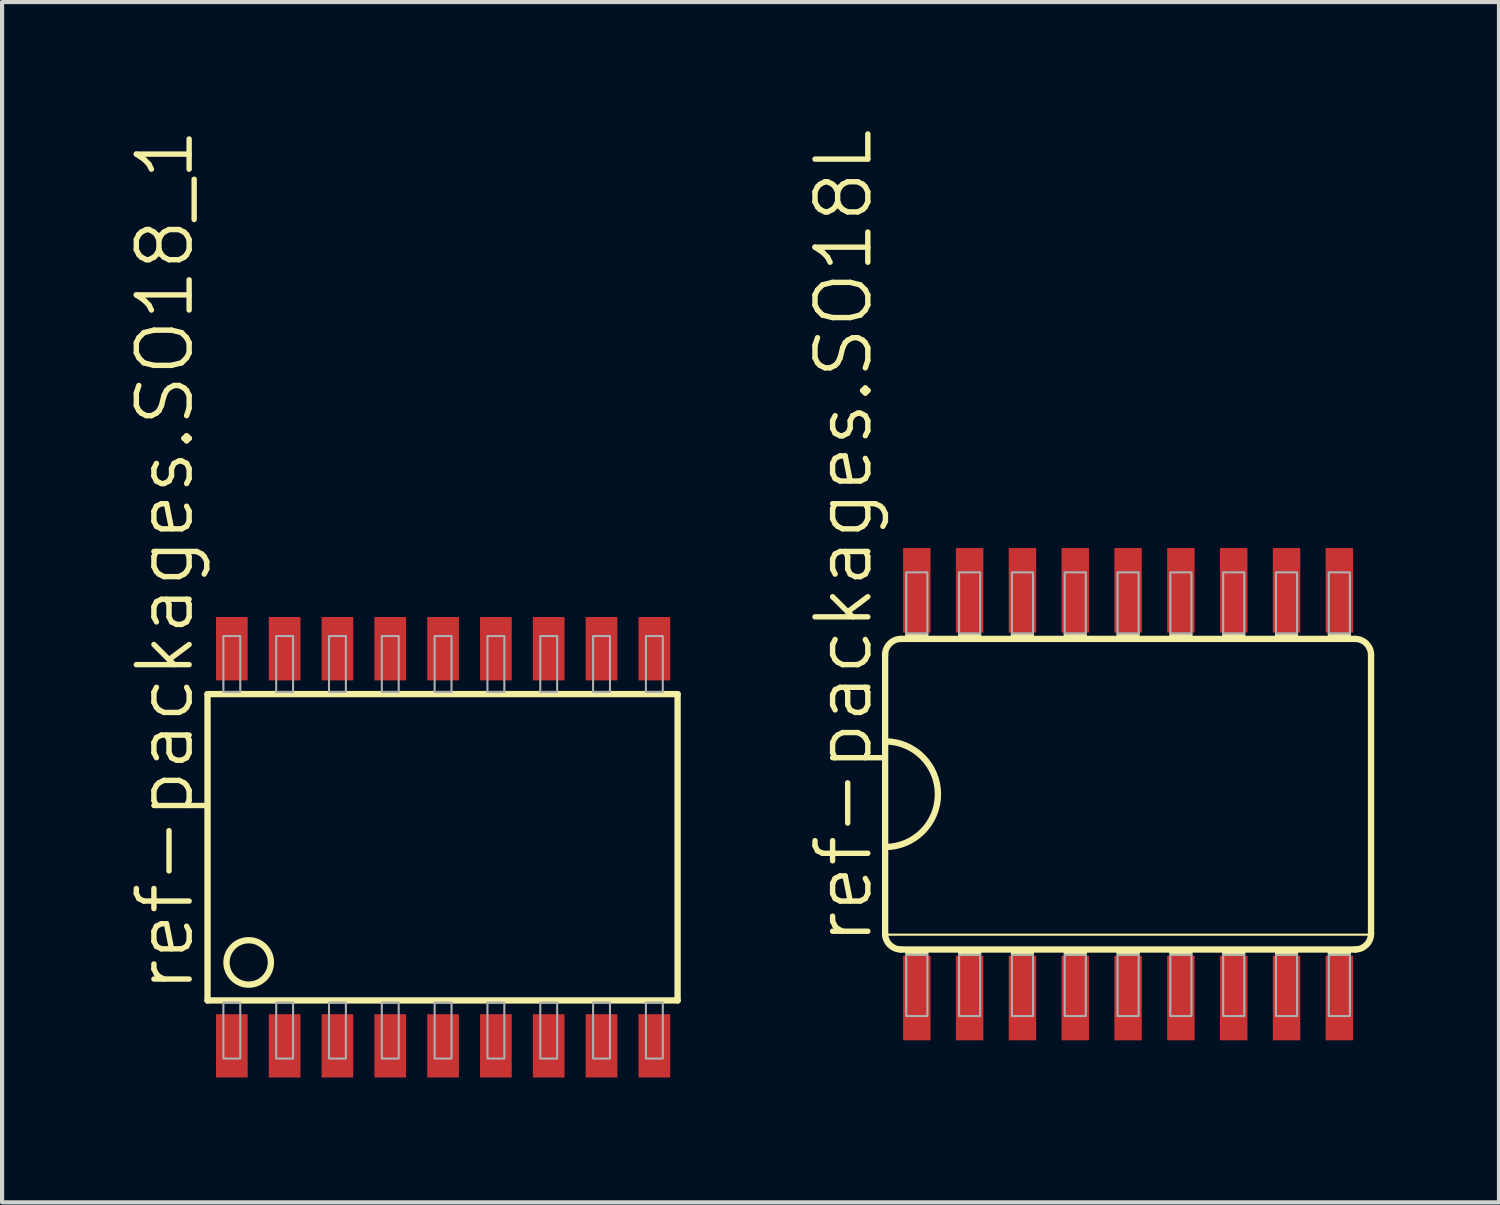
<source format=kicad_pcb>
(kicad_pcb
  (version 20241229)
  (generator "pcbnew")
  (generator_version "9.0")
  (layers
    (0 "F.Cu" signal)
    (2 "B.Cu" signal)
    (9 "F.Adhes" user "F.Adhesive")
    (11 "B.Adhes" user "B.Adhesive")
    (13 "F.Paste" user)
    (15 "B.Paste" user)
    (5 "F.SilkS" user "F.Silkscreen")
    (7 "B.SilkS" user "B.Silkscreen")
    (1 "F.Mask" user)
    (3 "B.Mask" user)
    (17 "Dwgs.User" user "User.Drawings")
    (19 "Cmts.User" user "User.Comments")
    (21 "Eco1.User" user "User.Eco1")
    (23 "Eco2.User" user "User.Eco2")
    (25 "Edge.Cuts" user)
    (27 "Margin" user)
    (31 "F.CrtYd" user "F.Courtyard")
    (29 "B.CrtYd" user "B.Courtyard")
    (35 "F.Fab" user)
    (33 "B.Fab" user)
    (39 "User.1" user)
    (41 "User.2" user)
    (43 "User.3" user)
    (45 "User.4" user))
  (footprint "ref-packages.SO18L"
    (layer "F.Cu")
    (at 24.075 16.047)
    (property "Reference" "ref-packages.SO18L" (at -6.096 3.683 90) (layer "F.SilkS") (effects (font (size 1.27 1.27) (thickness 0.13)) (justify left bottom)))
    (attr smd)
    (fp_line (start -5.842 -3.353) (end -5.842 -1.27) (stroke (width 0.152) (type default)) (layer "F.SilkS"))
    (fp_line (start -5.842 -1.27) (end -5.842 1.27) (stroke (width 0.152) (type default)) (layer "F.SilkS"))
    (fp_line (start -5.842 1.27) (end -5.842 3.353) (stroke (width 0.152) (type default)) (layer "F.SilkS"))
    (fp_line (start -5.842 3.378) (end 5.842 3.378) (stroke (width 0.051) (type default)) (layer "F.SilkS"))
    (fp_line (start -5.461 3.734) (end 5.461 3.734) (stroke (width 0.152) (type default)) (layer "F.SilkS"))
    (fp_line (start 5.461 -3.734) (end -5.461 -3.734) (stroke (width 0.152) (type default)) (layer "F.SilkS"))
    (fp_line (start 5.842 3.353) (end 5.842 -3.353) (stroke (width 0.152) (type default)) (layer "F.SilkS"))
    (fp_rect (start -5.334 -3.734) (end -4.826 -3.861) (stroke (width 0.05) (type default)) (fill yes) (layer "F.SilkS"))
    (fp_rect (start -5.334 3.861) (end -4.826 3.734) (stroke (width 0.05) (type default)) (fill yes) (layer "F.SilkS"))
    (fp_rect (start -4.064 -3.734) (end -3.556 -3.861) (stroke (width 0.05) (type default)) (fill yes) (layer "F.SilkS"))
    (fp_rect (start -4.064 3.861) (end -3.556 3.734) (stroke (width 0.05) (type default)) (fill yes) (layer "F.SilkS"))
    (fp_rect (start -2.794 -3.734) (end -2.286 -3.861) (stroke (width 0.05) (type default)) (fill yes) (layer "F.SilkS"))
    (fp_rect (start -2.794 3.861) (end -2.286 3.734) (stroke (width 0.05) (type default)) (fill yes) (layer "F.SilkS"))
    (fp_rect (start -1.524 -3.734) (end -1.016 -3.861) (stroke (width 0.05) (type default)) (fill yes) (layer "F.SilkS"))
    (fp_rect (start -1.524 3.861) (end -1.016 3.734) (stroke (width 0.05) (type default)) (fill yes) (layer "F.SilkS"))
    (fp_rect (start -0.254 -3.734) (end 0.254 -3.861) (stroke (width 0.05) (type default)) (fill yes) (layer "F.SilkS"))
    (fp_rect (start -0.254 3.861) (end 0.254 3.734) (stroke (width 0.05) (type default)) (fill yes) (layer "F.SilkS"))
    (fp_rect (start 1.016 -3.734) (end 1.524 -3.861) (stroke (width 0.05) (type default)) (fill yes) (layer "F.SilkS"))
    (fp_rect (start 1.016 3.861) (end 1.524 3.734) (stroke (width 0.05) (type default)) (fill yes) (layer "F.SilkS"))
    (fp_rect (start 2.286 -3.734) (end 2.794 -3.861) (stroke (width 0.05) (type default)) (fill yes) (layer "F.SilkS"))
    (fp_rect (start 2.286 3.861) (end 2.794 3.734) (stroke (width 0.05) (type default)) (fill yes) (layer "F.SilkS"))
    (fp_rect (start 3.556 -3.734) (end 4.064 -3.861) (stroke (width 0.05) (type default)) (fill yes) (layer "F.SilkS"))
    (fp_rect (start 3.556 3.861) (end 4.064 3.734) (stroke (width 0.05) (type default)) (fill yes) (layer "F.SilkS"))
    (fp_rect (start 4.826 -3.734) (end 5.334 -3.861) (stroke (width 0.05) (type default)) (fill yes) (layer "F.SilkS"))
    (fp_rect (start 4.826 3.861) (end 5.334 3.734) (stroke (width 0.05) (type default)) (fill yes) (layer "F.SilkS"))
    (fp_arc (start -5.842 -3.3528) (mid -5.730408 -3.622208) (end -5.461 -3.7338) (stroke (width 0.1524) (type default)) (layer "F.SilkS"))
    (fp_arc (start -5.842 -1.27) (mid -4.572 0) (end -5.842 1.27) (stroke (width 0.1524) (type default)) (layer "F.SilkS"))
    (fp_arc (start -5.461 3.7338) (mid -5.730408 3.622208) (end -5.842 3.3528) (stroke (width 0.1524) (type default)) (layer "F.SilkS"))
    (fp_arc (start 5.461 -3.7338) (mid 5.730408 -3.622208) (end 5.842 -3.3528) (stroke (width 0.1524) (type default)) (layer "F.SilkS"))
    (fp_arc (start 5.842 3.3528) (mid 5.730408 3.622208) (end 5.461 3.7338) (stroke (width 0.1524) (type default)) (layer "F.SilkS"))
    (fp_rect (start -5.334 -3.861) (end -4.826 -5.334) (stroke (width 0.05) (type default)) (fill no) (layer "F.Fab"))
    (fp_rect (start -5.334 5.334) (end -4.826 3.861) (stroke (width 0.05) (type default)) (fill no) (layer "F.Fab"))
    (fp_rect (start -4.064 -3.861) (end -3.556 -5.334) (stroke (width 0.05) (type default)) (fill no) (layer "F.Fab"))
    (fp_rect (start -4.064 5.334) (end -3.556 3.861) (stroke (width 0.05) (type default)) (fill no) (layer "F.Fab"))
    (fp_rect (start -2.794 -3.861) (end -2.286 -5.334) (stroke (width 0.05) (type default)) (fill no) (layer "F.Fab"))
    (fp_rect (start -2.794 5.334) (end -2.286 3.861) (stroke (width 0.05) (type default)) (fill no) (layer "F.Fab"))
    (fp_rect (start -1.524 -3.861) (end -1.016 -5.334) (stroke (width 0.05) (type default)) (fill no) (layer "F.Fab"))
    (fp_rect (start -1.524 5.334) (end -1.016 3.861) (stroke (width 0.05) (type default)) (fill no) (layer "F.Fab"))
    (fp_rect (start -0.254 -3.861) (end 0.254 -5.334) (stroke (width 0.05) (type default)) (fill no) (layer "F.Fab"))
    (fp_rect (start -0.254 5.334) (end 0.254 3.861) (stroke (width 0.05) (type default)) (fill no) (layer "F.Fab"))
    (fp_rect (start 1.016 -3.861) (end 1.524 -5.334) (stroke (width 0.05) (type default)) (fill no) (layer "F.Fab"))
    (fp_rect (start 1.016 5.334) (end 1.524 3.861) (stroke (width 0.05) (type default)) (fill no) (layer "F.Fab"))
    (fp_rect (start 2.286 -3.861) (end 2.794 -5.334) (stroke (width 0.05) (type default)) (fill no) (layer "F.Fab"))
    (fp_rect (start 2.286 5.334) (end 2.794 3.861) (stroke (width 0.05) (type default)) (fill no) (layer "F.Fab"))
    (fp_rect (start 3.556 -3.861) (end 4.064 -5.334) (stroke (width 0.05) (type default)) (fill no) (layer "F.Fab"))
    (fp_rect (start 3.556 5.334) (end 4.064 3.861) (stroke (width 0.05) (type default)) (fill no) (layer "F.Fab"))
    (fp_rect (start 4.826 -3.861) (end 5.334 -5.334) (stroke (width 0.05) (type default)) (fill no) (layer "F.Fab"))
    (fp_rect (start 4.826 5.334) (end 5.334 3.861) (stroke (width 0.05) (type default)) (fill no) (layer "F.Fab"))
    (pad "1" smd roundrect (at -5.08 4.902) (size 0.66 2.032) (layers "F.Cu" "F.Mask" "F.Paste") (roundrect_rratio 0.01))
    (pad "2" smd roundrect (at -3.81 4.902) (size 0.66 2.032) (layers "F.Cu" "F.Mask" "F.Paste") (roundrect_rratio 0.01))
    (pad "3" smd roundrect (at -2.54 4.902) (size 0.66 2.032) (layers "F.Cu" "F.Mask" "F.Paste") (roundrect_rratio 0.01))
    (pad "4" smd roundrect (at -1.27 4.902) (size 0.66 2.032) (layers "F.Cu" "F.Mask" "F.Paste") (roundrect_rratio 0.01))
    (pad "5" smd roundrect (at 0 4.902) (size 0.66 2.032) (layers "F.Cu" "F.Mask" "F.Paste") (roundrect_rratio 0.01))
    (pad "6" smd roundrect (at 1.27 4.902) (size 0.66 2.032) (layers "F.Cu" "F.Mask" "F.Paste") (roundrect_rratio 0.01))
    (pad "7" smd roundrect (at 2.54 4.902) (size 0.66 2.032) (layers "F.Cu" "F.Mask" "F.Paste") (roundrect_rratio 0.01))
    (pad "8" smd roundrect (at 3.81 4.902) (size 0.66 2.032) (layers "F.Cu" "F.Mask" "F.Paste") (roundrect_rratio 0.01))
    (pad "9" smd roundrect (at 5.08 4.902) (size 0.66 2.032) (layers "F.Cu" "F.Mask" "F.Paste") (roundrect_rratio 0.01))
    (pad "10" smd roundrect (at 5.08 -4.902) (size 0.66 2.032) (layers "F.Cu" "F.Mask" "F.Paste") (roundrect_rratio 0.01))
    (pad "11" smd roundrect (at 3.81 -4.902) (size 0.66 2.032) (layers "F.Cu" "F.Mask" "F.Paste") (roundrect_rratio 0.01))
    (pad "12" smd roundrect (at 2.54 -4.902) (size 0.66 2.032) (layers "F.Cu" "F.Mask" "F.Paste") (roundrect_rratio 0.01))
    (pad "13" smd roundrect (at 1.27 -4.902) (size 0.66 2.032) (layers "F.Cu" "F.Mask" "F.Paste") (roundrect_rratio 0.01))
    (pad "14" smd roundrect (at 0 -4.902) (size 0.66 2.032) (layers "F.Cu" "F.Mask" "F.Paste") (roundrect_rratio 0.01))
    (pad "15" smd roundrect (at -1.27 -4.902) (size 0.66 2.032) (layers "F.Cu" "F.Mask" "F.Paste") (roundrect_rratio 0.01))
    (pad "16" smd roundrect (at -2.54 -4.902) (size 0.66 2.032) (layers "F.Cu" "F.Mask" "F.Paste") (roundrect_rratio 0.01))
    (pad "17" smd roundrect (at -3.81 -4.902) (size 0.66 2.032) (layers "F.Cu" "F.Mask" "F.Paste") (roundrect_rratio 0.01))
    (pad "18" smd roundrect (at -5.08 -4.902) (size 0.66 2.032) (layers "F.Cu" "F.Mask" "F.Paste") (roundrect_rratio 0.01)))
  (footprint "ref-packages.SO18_1"
    (layer "F.Cu")
    (at 7.604 17.323)
    (property "Reference" "ref-packages.SO18_1" (at -5.944 3.556 90) (layer "F.SilkS") (effects (font (size 1.27 1.27) (thickness 0.13)) (justify left bottom)))
    (attr smd)
    (fp_line (start -5.664 -3.683) (end -5.664 3.683) (stroke (width 0.152) (type default)) (layer "F.SilkS"))
    (fp_line (start -5.664 3.683) (end 5.639 3.683) (stroke (width 0.152) (type default)) (layer "F.SilkS"))
    (fp_line (start 5.639 -3.683) (end -5.664 -3.683) (stroke (width 0.152) (type default)) (layer "F.SilkS"))
    (fp_line (start 5.639 3.683) (end 5.639 -3.683) (stroke (width 0.152) (type default)) (layer "F.SilkS"))
    (fp_circle (center -4.674 2.769) (end -4.14 2.769) (stroke (width 0.152) (type default)) (fill no) (layer "F.SilkS"))
    (fp_rect (start -5.283 -3.734) (end -4.877 -5.08) (stroke (width 0.05) (type default)) (fill no) (layer "F.Fab"))
    (fp_rect (start -5.283 5.08) (end -4.877 3.734) (stroke (width 0.05) (type default)) (fill no) (layer "F.Fab"))
    (fp_rect (start -4.013 -3.734) (end -3.607 -5.08) (stroke (width 0.05) (type default)) (fill no) (layer "F.Fab"))
    (fp_rect (start -4.013 5.08) (end -3.607 3.734) (stroke (width 0.05) (type default)) (fill no) (layer "F.Fab"))
    (fp_rect (start -2.743 -3.734) (end -2.337 -5.08) (stroke (width 0.05) (type default)) (fill no) (layer "F.Fab"))
    (fp_rect (start -2.743 5.08) (end -2.337 3.734) (stroke (width 0.05) (type default)) (fill no) (layer "F.Fab"))
    (fp_rect (start -1.473 -3.734) (end -1.067 -5.08) (stroke (width 0.05) (type default)) (fill no) (layer "F.Fab"))
    (fp_rect (start -1.473 5.08) (end -1.067 3.734) (stroke (width 0.05) (type default)) (fill no) (layer "F.Fab"))
    (fp_rect (start -0.203 -3.734) (end 0.203 -5.08) (stroke (width 0.05) (type default)) (fill no) (layer "F.Fab"))
    (fp_rect (start -0.203 5.08) (end 0.203 3.734) (stroke (width 0.05) (type default)) (fill no) (layer "F.Fab"))
    (fp_rect (start 1.067 -3.734) (end 1.473 -5.08) (stroke (width 0.05) (type default)) (fill no) (layer "F.Fab"))
    (fp_rect (start 1.067 5.08) (end 1.473 3.734) (stroke (width 0.05) (type default)) (fill no) (layer "F.Fab"))
    (fp_rect (start 2.337 -3.734) (end 2.743 -5.08) (stroke (width 0.05) (type default)) (fill no) (layer "F.Fab"))
    (fp_rect (start 2.337 5.08) (end 2.743 3.734) (stroke (width 0.05) (type default)) (fill no) (layer "F.Fab"))
    (fp_rect (start 3.607 -3.734) (end 4.013 -5.08) (stroke (width 0.05) (type default)) (fill no) (layer "F.Fab"))
    (fp_rect (start 3.607 5.08) (end 4.013 3.734) (stroke (width 0.05) (type default)) (fill no) (layer "F.Fab"))
    (fp_rect (start 4.877 -3.734) (end 5.283 -5.08) (stroke (width 0.05) (type default)) (fill no) (layer "F.Fab"))
    (fp_rect (start 4.877 5.08) (end 5.283 3.734) (stroke (width 0.05) (type default)) (fill no) (layer "F.Fab"))
    (pad "1" smd roundrect (at -5.08 4.775) (size 0.762 1.524) (layers "F.Cu" "F.Mask" "F.Paste") (roundrect_rratio 0.01))
    (pad "2" smd roundrect (at -3.81 4.775) (size 0.762 1.524) (layers "F.Cu" "F.Mask" "F.Paste") (roundrect_rratio 0.01))
    (pad "3" smd roundrect (at -2.54 4.775) (size 0.762 1.524) (layers "F.Cu" "F.Mask" "F.Paste") (roundrect_rratio 0.01))
    (pad "4" smd roundrect (at -1.27 4.775) (size 0.762 1.524) (layers "F.Cu" "F.Mask" "F.Paste") (roundrect_rratio 0.01))
    (pad "5" smd roundrect (at 0 4.775) (size 0.762 1.524) (layers "F.Cu" "F.Mask" "F.Paste") (roundrect_rratio 0.01))
    (pad "6" smd roundrect (at 1.27 4.775) (size 0.762 1.524) (layers "F.Cu" "F.Mask" "F.Paste") (roundrect_rratio 0.01))
    (pad "7" smd roundrect (at 2.54 4.775) (size 0.762 1.524) (layers "F.Cu" "F.Mask" "F.Paste") (roundrect_rratio 0.01))
    (pad "8" smd roundrect (at 3.81 4.775) (size 0.762 1.524) (layers "F.Cu" "F.Mask" "F.Paste") (roundrect_rratio 0.01))
    (pad "9" smd roundrect (at 5.08 4.775) (size 0.762 1.524) (layers "F.Cu" "F.Mask" "F.Paste") (roundrect_rratio 0.01))
    (pad "10" smd roundrect (at 5.08 -4.775) (size 0.762 1.524) (layers "F.Cu" "F.Mask" "F.Paste") (roundrect_rratio 0.01))
    (pad "11" smd roundrect (at 3.81 -4.775) (size 0.762 1.524) (layers "F.Cu" "F.Mask" "F.Paste") (roundrect_rratio 0.01))
    (pad "12" smd roundrect (at 2.54 -4.775) (size 0.762 1.524) (layers "F.Cu" "F.Mask" "F.Paste") (roundrect_rratio 0.01))
    (pad "13" smd roundrect (at 1.27 -4.775) (size 0.762 1.524) (layers "F.Cu" "F.Mask" "F.Paste") (roundrect_rratio 0.01))
    (pad "14" smd roundrect (at 0 -4.775) (size 0.762 1.524) (layers "F.Cu" "F.Mask" "F.Paste") (roundrect_rratio 0.01))
    (pad "15" smd roundrect (at -1.27 -4.775) (size 0.762 1.524) (layers "F.Cu" "F.Mask" "F.Paste") (roundrect_rratio 0.01))
    (pad "16" smd roundrect (at -2.54 -4.775) (size 0.762 1.524) (layers "F.Cu" "F.Mask" "F.Paste") (roundrect_rratio 0.01))
    (pad "17" smd roundrect (at -3.81 -4.775) (size 0.762 1.524) (layers "F.Cu" "F.Mask" "F.Paste") (roundrect_rratio 0.01))
    (pad "18" smd roundrect (at -5.08 -4.775) (size 0.762 1.524) (layers "F.Cu" "F.Mask" "F.Paste") (roundrect_rratio 0.01)))
  (gr_rect
    (start -3 -3)
    (end 32.993 25.861)
    (stroke (width 0.1) (type default))
    (fill no)
    (layer "Edge.Cuts")))
</source>
